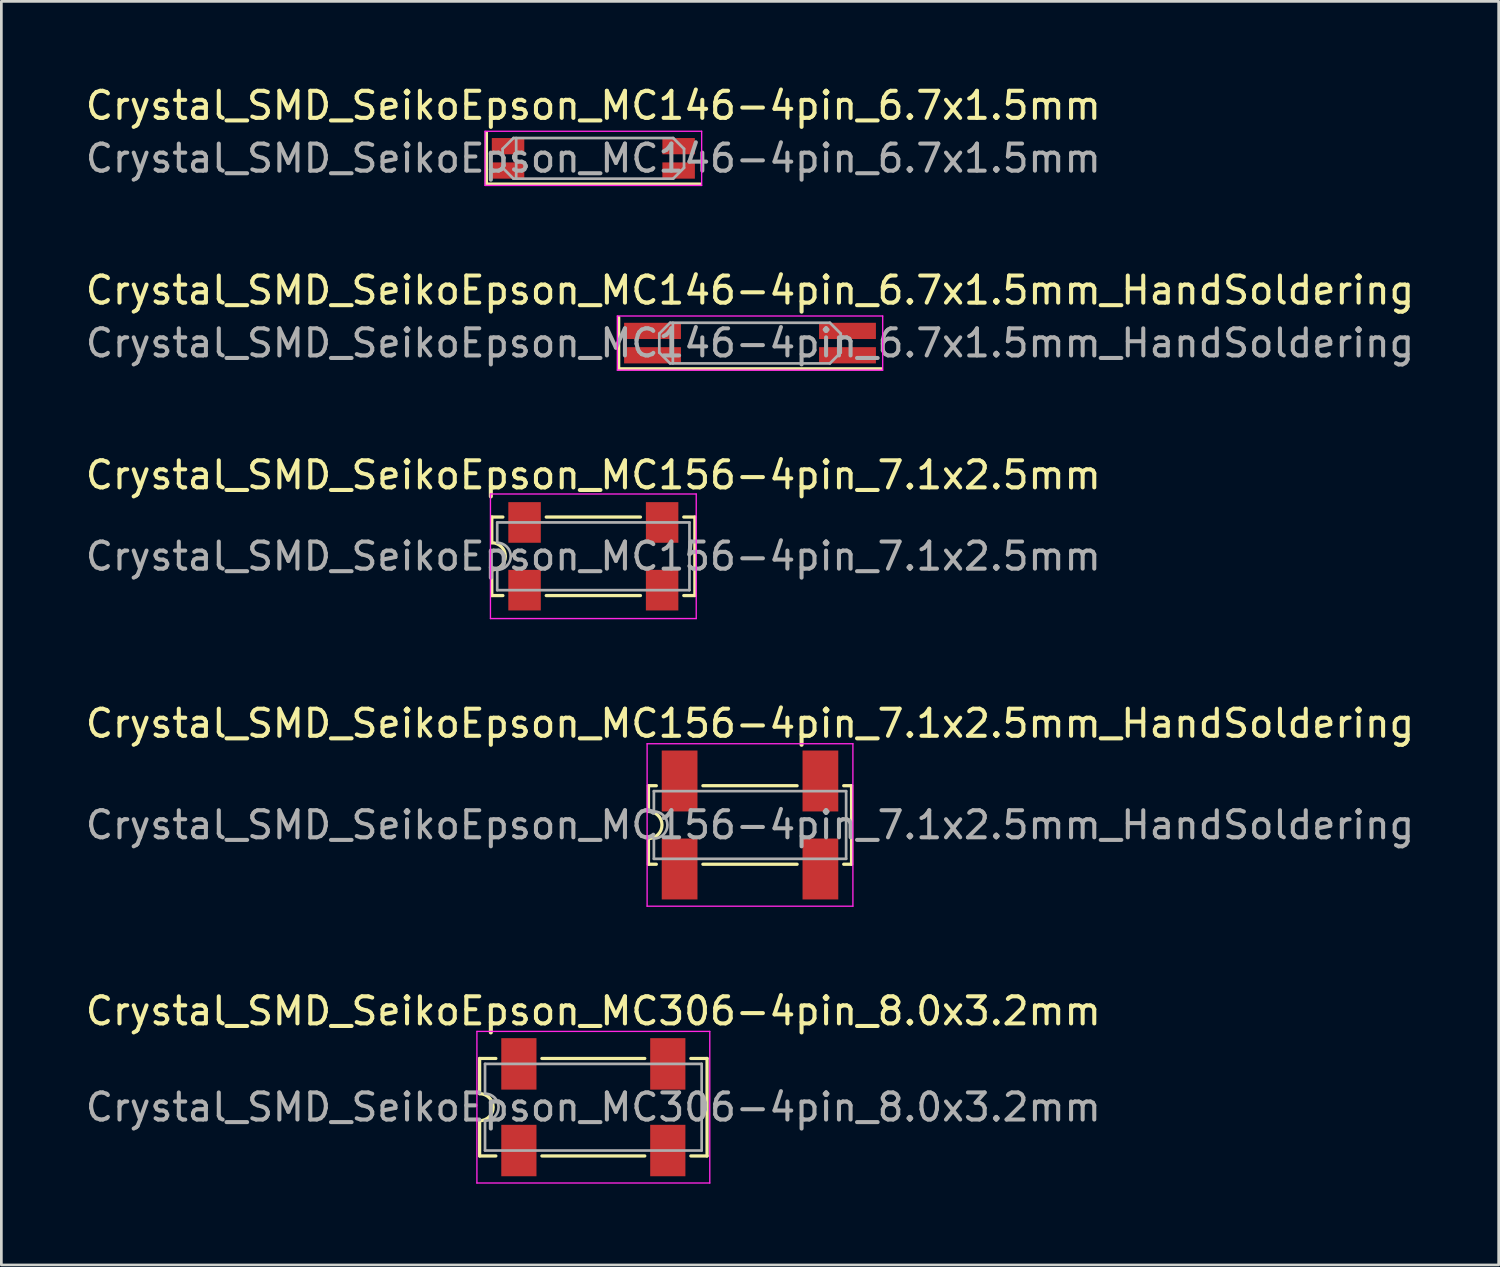
<source format=kicad_pcb>
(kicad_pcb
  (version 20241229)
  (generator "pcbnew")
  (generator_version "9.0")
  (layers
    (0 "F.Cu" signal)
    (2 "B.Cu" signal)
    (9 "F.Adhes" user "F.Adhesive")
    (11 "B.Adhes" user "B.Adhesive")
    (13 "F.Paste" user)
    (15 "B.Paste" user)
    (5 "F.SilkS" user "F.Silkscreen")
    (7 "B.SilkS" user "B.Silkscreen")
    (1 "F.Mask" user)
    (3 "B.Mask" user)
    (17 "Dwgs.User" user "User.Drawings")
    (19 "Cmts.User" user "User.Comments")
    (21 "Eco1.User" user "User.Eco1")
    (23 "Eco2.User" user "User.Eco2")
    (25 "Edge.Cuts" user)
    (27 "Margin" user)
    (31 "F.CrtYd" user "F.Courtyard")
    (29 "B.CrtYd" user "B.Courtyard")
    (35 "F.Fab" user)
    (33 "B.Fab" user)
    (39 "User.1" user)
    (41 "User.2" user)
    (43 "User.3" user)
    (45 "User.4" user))
  (footprint "Crystal_SMD_SeikoEpson_MC156-4pin_7.1x2.5mm_HandSoldering"
    (layer "F.Cu")
    (at 24.649 27.418)
    (property "Reference" "Crystal_SMD_SeikoEpson_MC156-4pin_7.1x2.5mm_HandSoldering" (at 0 -3.75 0) (layer "F.SilkS") (effects (font (size 1 1) (thickness 0.15))))
    (attr smd)
    (fp_line (start -3.75 -1.45) (end -3.46 -1.45) (stroke (width 0.12) (type solid)) (layer "F.SilkS"))
    (fp_line (start -3.75 -0.5) (end -3.75 -1.45) (stroke (width 0.12) (type solid)) (layer "F.SilkS"))
    (fp_line (start -3.75 1.45) (end -3.75 0.5) (stroke (width 0.12) (type solid)) (layer "F.SilkS"))
    (fp_line (start -3.75 1.45) (end -3.46 1.45) (stroke (width 0.12) (type solid)) (layer "F.SilkS"))
    (fp_line (start -1.74 -1.45) (end 1.74 -1.45) (stroke (width 0.12) (type solid)) (layer "F.SilkS"))
    (fp_line (start 1.74 1.45) (end -1.74 1.45) (stroke (width 0.12) (type solid)) (layer "F.SilkS"))
    (fp_line (start 3.46 -1.45) (end 3.75 -1.45) (stroke (width 0.12) (type solid)) (layer "F.SilkS"))
    (fp_line (start 3.75 -1.45) (end 3.75 1.45) (stroke (width 0.12) (type solid)) (layer "F.SilkS"))
    (fp_line (start 3.75 1.45) (end 3.46 1.45) (stroke (width 0.12) (type solid)) (layer "F.SilkS"))
    (fp_arc (start -3.75 -0.5) (mid -3.25 0) (end -3.75 0.5) (stroke (width 0.12) (type solid)) (layer "F.SilkS"))
    (fp_line (start -3.8 -3) (end -3.8 3) (stroke (width 0.05) (type solid)) (layer "F.CrtYd"))
    (fp_line (start -3.8 3) (end 3.8 3) (stroke (width 0.05) (type solid)) (layer "F.CrtYd"))
    (fp_line (start 3.8 -3) (end -3.8 -3) (stroke (width 0.05) (type solid)) (layer "F.CrtYd"))
    (fp_line (start 3.8 3) (end 3.8 -3) (stroke (width 0.05) (type solid)) (layer "F.CrtYd"))
    (fp_line (start -3.55 -1.25) (end 3.55 -1.25) (stroke (width 0.1) (type solid)) (layer "F.Fab"))
    (fp_line (start -3.55 -0.5) (end -3.55 -1.25) (stroke (width 0.1) (type solid)) (layer "F.Fab"))
    (fp_line (start -3.55 1.25) (end -3.55 0.5) (stroke (width 0.1) (type solid)) (layer "F.Fab"))
    (fp_line (start 3.55 -1.25) (end 3.55 1.25) (stroke (width 0.1) (type solid)) (layer "F.Fab"))
    (fp_line (start 3.55 1.25) (end -3.55 1.25) (stroke (width 0.1) (type solid)) (layer "F.Fab"))
    (fp_arc (start -3.55 -0.5) (mid -3.05 0) (end -3.55 0.5) (stroke (width 0.1) (type solid)) (layer "F.Fab"))
    (fp_text user "${REFERENCE}" (at 0 0 0) (layer "F.Fab") (effects (font (size 1 1) (thickness 0.15))))
    (pad "1" smd rect (at -2.6 1.625) (size 1.32 2.25) (layers "F.Cu" "F.Mask" "F.Paste"))
    (pad "2" smd rect (at 2.6 1.625) (size 1.32 2.25) (layers "F.Cu" "F.Mask" "F.Paste"))
    (pad "3" smd rect (at 2.6 -1.625) (size 1.32 2.25) (layers "F.Cu" "F.Mask" "F.Paste"))
    (pad "4" smd rect (at -2.6 -1.625) (size 1.32 2.25) (layers "F.Cu" "F.Mask" "F.Paste")))
  (footprint "Crystal_SMD_SeikoEpson_MC306-4pin_8.0x3.2mm"
    (layer "F.Cu")
    (at 18.863 37.841)
    (property "Reference" "Crystal_SMD_SeikoEpson_MC306-4pin_8.0x3.2mm" (at 0 -3.55 0) (layer "F.SilkS") (effects (font (size 1 1) (thickness 0.15))))
    (attr smd)
    (fp_line (start -4.2 -1.8) (end -3.6 -1.8) (stroke (width 0.12) (type solid)) (layer "F.SilkS"))
    (fp_line (start -4.2 -0.5) (end -4.2 -1.8) (stroke (width 0.12) (type solid)) (layer "F.SilkS"))
    (fp_line (start -4.2 1.8) (end -4.2 0.5) (stroke (width 0.12) (type solid)) (layer "F.SilkS"))
    (fp_line (start -4.2 1.8) (end -3.6 1.8) (stroke (width 0.12) (type solid)) (layer "F.SilkS"))
    (fp_line (start -1.9 -1.8) (end 1.9 -1.8) (stroke (width 0.12) (type solid)) (layer "F.SilkS"))
    (fp_line (start 1.9 1.8) (end -1.9 1.8) (stroke (width 0.12) (type solid)) (layer "F.SilkS"))
    (fp_line (start 3.6 -1.8) (end 4.2 -1.8) (stroke (width 0.12) (type solid)) (layer "F.SilkS"))
    (fp_line (start 4.2 -1.8) (end 4.2 1.8) (stroke (width 0.12) (type solid)) (layer "F.SilkS"))
    (fp_line (start 4.2 1.8) (end 3.6 1.8) (stroke (width 0.12) (type solid)) (layer "F.SilkS"))
    (fp_arc (start -4.2 -0.5) (mid -3.7 0) (end -4.2 0.5) (stroke (width 0.12) (type solid)) (layer "F.SilkS"))
    (fp_line (start -4.3 -2.8) (end -4.3 2.8) (stroke (width 0.05) (type solid)) (layer "F.CrtYd"))
    (fp_line (start -4.3 2.8) (end 4.3 2.8) (stroke (width 0.05) (type solid)) (layer "F.CrtYd"))
    (fp_line (start 4.3 -2.8) (end -4.3 -2.8) (stroke (width 0.05) (type solid)) (layer "F.CrtYd"))
    (fp_line (start 4.3 2.8) (end 4.3 -2.8) (stroke (width 0.05) (type solid)) (layer "F.CrtYd"))
    (fp_line (start -4 -1.6) (end 4 -1.6) (stroke (width 0.1) (type solid)) (layer "F.Fab"))
    (fp_line (start -4 -0.5) (end -4 -1.6) (stroke (width 0.1) (type solid)) (layer "F.Fab"))
    (fp_line (start -4 1.6) (end -4 0.5) (stroke (width 0.1) (type solid)) (layer "F.Fab"))
    (fp_line (start 4 -1.6) (end 4 1.6) (stroke (width 0.1) (type solid)) (layer "F.Fab"))
    (fp_line (start 4 1.6) (end -4 1.6) (stroke (width 0.1) (type solid)) (layer "F.Fab"))
    (fp_arc (start -4 -0.5) (mid -3.5 0) (end -4 0.5) (stroke (width 0.1) (type solid)) (layer "F.Fab"))
    (fp_text user "${REFERENCE}" (at 0 0 0) (layer "F.Fab") (effects (font (size 1 1) (thickness 0.15))))
    (pad "1" smd rect (at -2.75 1.6) (size 1.3 1.9) (layers "F.Cu" "F.Mask" "F.Paste"))
    (pad "2" smd rect (at 2.75 1.6) (size 1.3 1.9) (layers "F.Cu" "F.Mask" "F.Paste"))
    (pad "3" smd rect (at 2.75 -1.6) (size 1.3 1.9) (layers "F.Cu" "F.Mask" "F.Paste"))
    (pad "4" smd rect (at -2.75 -1.6) (size 1.3 1.9) (layers "F.Cu" "F.Mask" "F.Paste")))
  (footprint "Crystal_SMD_SeikoEpson_MC146-4pin_6.7x1.5mm_HandSoldering"
    (layer "F.Cu")
    (at 24.649 9.621)
    (property "Reference" "Crystal_SMD_SeikoEpson_MC146-4pin_6.7x1.5mm_HandSoldering" (at 0 -1.95 0) (layer "F.SilkS") (effects (font (size 1 1) (thickness 0.15))))
    (attr smd)
    (fp_line (start -4.85 -0.95) (end -4.85 0.95) (stroke (width 0.12) (type solid)) (layer "F.SilkS"))
    (fp_line (start -4.85 0.95) (end 4.85 0.95) (stroke (width 0.12) (type solid)) (layer "F.SilkS"))
    (fp_line (start -4.9 -1) (end -4.9 1) (stroke (width 0.05) (type solid)) (layer "F.CrtYd"))
    (fp_line (start -4.9 1) (end 4.9 1) (stroke (width 0.05) (type solid)) (layer "F.CrtYd"))
    (fp_line (start 4.9 -1) (end -4.9 -1) (stroke (width 0.05) (type solid)) (layer "F.CrtYd"))
    (fp_line (start 4.9 1) (end 4.9 -1) (stroke (width 0.05) (type solid)) (layer "F.CrtYd"))
    (fp_line (start -3.35 -0.35) (end -2.95 -0.75) (stroke (width 0.1) (type solid)) (layer "F.Fab"))
    (fp_line (start -3.35 0.35) (end -3.35 -0.35) (stroke (width 0.1) (type solid)) (layer "F.Fab"))
    (fp_line (start -2.95 -0.75) (end 2.95 -0.75) (stroke (width 0.1) (type solid)) (layer "F.Fab"))
    (fp_line (start -2.95 0.75) (end -3.35 0.35) (stroke (width 0.1) (type solid)) (layer "F.Fab"))
    (fp_line (start -2.85 -0.75) (end -2.85 0.75) (stroke (width 0.1) (type solid)) (layer "F.Fab"))
    (fp_line (start 2.95 -0.75) (end 3.35 -0.35) (stroke (width 0.1) (type solid)) (layer "F.Fab"))
    (fp_line (start 2.95 0.75) (end -2.95 0.75) (stroke (width 0.1) (type solid)) (layer "F.Fab"))
    (fp_line (start 3.35 -0.35) (end 3.35 0.35) (stroke (width 0.1) (type solid)) (layer "F.Fab"))
    (fp_line (start 3.35 0.35) (end 2.95 0.75) (stroke (width 0.1) (type solid)) (layer "F.Fab"))
    (fp_text user "${REFERENCE}" (at 0 0 0) (layer "F.Fab") (effects (font (size 1 1) (thickness 0.15))))
    (pad "1" smd rect (at -3.6 0.45) (size 2.1 0.6) (layers "F.Cu" "F.Mask" "F.Paste"))
    (pad "2" smd rect (at 3.6 0.45) (size 2.1 0.6) (layers "F.Cu" "F.Mask" "F.Paste"))
    (pad "3" smd rect (at 3.6 -0.45) (size 2.1 0.6) (layers "F.Cu" "F.Mask" "F.Paste"))
    (pad "4" smd rect (at -3.6 -0.45) (size 2.1 0.6) (layers "F.Cu" "F.Mask" "F.Paste")))
  (footprint "Crystal_SMD_SeikoEpson_MC156-4pin_7.1x2.5mm"
    (layer "F.Cu")
    (at 18.863 17.495)
    (property "Reference" "Crystal_SMD_SeikoEpson_MC156-4pin_7.1x2.5mm" (at 0 -3 0) (layer "F.SilkS") (effects (font (size 1 1) (thickness 0.15))))
    (attr smd)
    (fp_line (start -3.75 -1.45) (end -3.34 -1.45) (stroke (width 0.12) (type solid)) (layer "F.SilkS"))
    (fp_line (start -3.75 -0.5) (end -3.75 -1.45) (stroke (width 0.12) (type solid)) (layer "F.SilkS"))
    (fp_line (start -3.75 1.45) (end -3.75 0.5) (stroke (width 0.12) (type solid)) (layer "F.SilkS"))
    (fp_line (start -3.75 1.45) (end -3.34 1.45) (stroke (width 0.12) (type solid)) (layer "F.SilkS"))
    (fp_line (start -1.74 -1.45) (end 1.74 -1.45) (stroke (width 0.12) (type solid)) (layer "F.SilkS"))
    (fp_line (start 1.74 1.45) (end -1.74 1.45) (stroke (width 0.12) (type solid)) (layer "F.SilkS"))
    (fp_line (start 3.34 -1.45) (end 3.75 -1.45) (stroke (width 0.12) (type solid)) (layer "F.SilkS"))
    (fp_line (start 3.75 -1.45) (end 3.75 1.45) (stroke (width 0.12) (type solid)) (layer "F.SilkS"))
    (fp_line (start 3.75 1.45) (end 3.34 1.45) (stroke (width 0.12) (type solid)) (layer "F.SilkS"))
    (fp_arc (start -3.75 -0.5) (mid -3.25 0) (end -3.75 0.5) (stroke (width 0.12) (type solid)) (layer "F.SilkS"))
    (fp_line (start -3.8 -2.3) (end -3.8 2.3) (stroke (width 0.05) (type solid)) (layer "F.CrtYd"))
    (fp_line (start -3.8 2.3) (end 3.8 2.3) (stroke (width 0.05) (type solid)) (layer "F.CrtYd"))
    (fp_line (start 3.8 -2.3) (end -3.8 -2.3) (stroke (width 0.05) (type solid)) (layer "F.CrtYd"))
    (fp_line (start 3.8 2.3) (end 3.8 -2.3) (stroke (width 0.05) (type solid)) (layer "F.CrtYd"))
    (fp_line (start -3.55 -1.25) (end 3.55 -1.25) (stroke (width 0.1) (type solid)) (layer "F.Fab"))
    (fp_line (start -3.55 -0.5) (end -3.55 -1.25) (stroke (width 0.1) (type solid)) (layer "F.Fab"))
    (fp_line (start -3.55 1.25) (end -3.55 0.5) (stroke (width 0.1) (type solid)) (layer "F.Fab"))
    (fp_line (start 3.55 -1.25) (end 3.55 1.25) (stroke (width 0.1) (type solid)) (layer "F.Fab"))
    (fp_line (start 3.55 1.25) (end -3.55 1.25) (stroke (width 0.1) (type solid)) (layer "F.Fab"))
    (fp_arc (start -3.55 -0.5) (mid -3.05 0) (end -3.55 0.5) (stroke (width 0.1) (type solid)) (layer "F.Fab"))
    (fp_text user "${REFERENCE}" (at 0 0 0) (layer "F.Fab") (effects (font (size 1 1) (thickness 0.15))))
    (pad "1" smd rect (at -2.54 1.25) (size 1.2 1.5) (layers "F.Cu" "F.Mask" "F.Paste"))
    (pad "2" smd rect (at 2.54 1.25) (size 1.2 1.5) (layers "F.Cu" "F.Mask" "F.Paste"))
    (pad "3" smd rect (at 2.54 -1.25) (size 1.2 1.5) (layers "F.Cu" "F.Mask" "F.Paste"))
    (pad "4" smd rect (at -2.54 -1.25) (size 1.2 1.5) (layers "F.Cu" "F.Mask" "F.Paste")))
  (footprint "Crystal_SMD_SeikoEpson_MC146-4pin_6.7x1.5mm"
    (layer "F.Cu")
    (at 18.863 2.798)
    (property "Reference" "Crystal_SMD_SeikoEpson_MC146-4pin_6.7x1.5mm" (at 0 -1.95 0) (layer "F.SilkS") (effects (font (size 1 1) (thickness 0.15))))
    (attr smd)
    (fp_line (start -3.95 -0.95) (end -3.95 0.95) (stroke (width 0.12) (type solid)) (layer "F.SilkS"))
    (fp_line (start -3.95 0.95) (end 3.95 0.95) (stroke (width 0.12) (type solid)) (layer "F.SilkS"))
    (fp_line (start -4 -1) (end -4 1) (stroke (width 0.05) (type solid)) (layer "F.CrtYd"))
    (fp_line (start -4 1) (end 4 1) (stroke (width 0.05) (type solid)) (layer "F.CrtYd"))
    (fp_line (start 4 -1) (end -4 -1) (stroke (width 0.05) (type solid)) (layer "F.CrtYd"))
    (fp_line (start 4 1) (end 4 -1) (stroke (width 0.05) (type solid)) (layer "F.CrtYd"))
    (fp_line (start -3.35 -0.35) (end -2.95 -0.75) (stroke (width 0.1) (type solid)) (layer "F.Fab"))
    (fp_line (start -3.35 0.35) (end -3.35 -0.35) (stroke (width 0.1) (type solid)) (layer "F.Fab"))
    (fp_line (start -2.95 -0.75) (end 2.95 -0.75) (stroke (width 0.1) (type solid)) (layer "F.Fab"))
    (fp_line (start -2.95 0.75) (end -3.35 0.35) (stroke (width 0.1) (type solid)) (layer "F.Fab"))
    (fp_line (start -2.85 -0.75) (end -2.85 0.75) (stroke (width 0.1) (type solid)) (layer "F.Fab"))
    (fp_line (start 2.95 -0.75) (end 3.35 -0.35) (stroke (width 0.1) (type solid)) (layer "F.Fab"))
    (fp_line (start 2.95 0.75) (end -2.95 0.75) (stroke (width 0.1) (type solid)) (layer "F.Fab"))
    (fp_line (start 3.35 -0.35) (end 3.35 0.35) (stroke (width 0.1) (type solid)) (layer "F.Fab"))
    (fp_line (start 3.35 0.35) (end 2.95 0.75) (stroke (width 0.1) (type solid)) (layer "F.Fab"))
    (fp_text user "${REFERENCE}" (at 0 0 0) (layer "F.Fab") (effects (font (size 1 1) (thickness 0.15))))
    (pad "1" smd rect (at -3.15 0.45) (size 1.2 0.6) (layers "F.Cu" "F.Mask" "F.Paste"))
    (pad "2" smd rect (at 3.15 0.45) (size 1.2 0.6) (layers "F.Cu" "F.Mask" "F.Paste"))
    (pad "3" smd rect (at 3.15 -0.45) (size 1.2 0.6) (layers "F.Cu" "F.Mask" "F.Paste"))
    (pad "4" smd rect (at -3.15 -0.45) (size 1.2 0.6) (layers "F.Cu" "F.Mask" "F.Paste")))
  (gr_rect
    (start -3 -3)
    (end 52.298 43.666)
    (stroke (width 0.1) (type default))
    (fill no)
    (layer "Edge.Cuts")))
</source>
